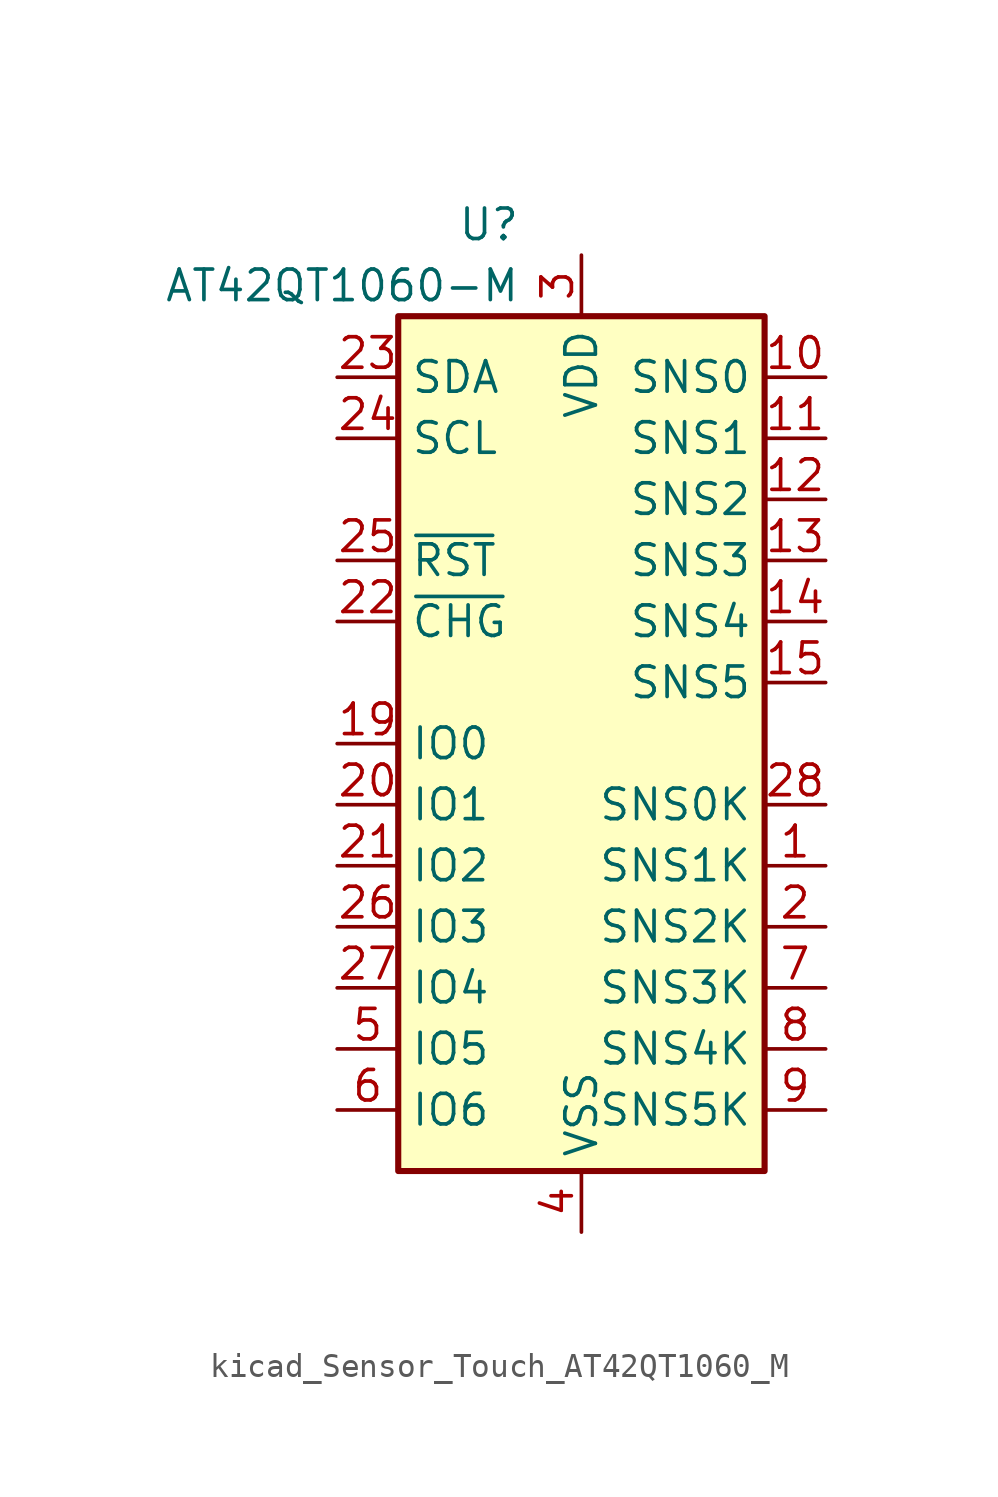
<source format=kicad_sym>
(kicad_symbol_lib
  (version 20220914)
  (generator kicad_symbol_editor)
  (symbol "kicad_Sensor_Touch_AT42QT1060_M"
    (property "Reference" "U"
      (at -2.54 21.59 0)
      (effects (font (size 1.27 1.27)) (justify right)))
    (property "Value" "AT42QT1060-M"
      (at -2.54 19.05 0)
      (effects (font (size 1.27 1.27)) (justify right)))
    (symbol "kicad_Sensor_Touch_AT42QT1060_M_0_1"
      (rectangle (start 7.62 17.78) (end -7.62 -17.78) (stroke (width 0.254) (type default)) (fill (type background))))
    (symbol "kicad_Sensor_Touch_AT42QT1060_M_1_1"
      (pin passive line (at 10.16 -5.08 180) (length 2.54) (name "SNS1K" (effects (font (size 1.27 1.27)))) (number "1" (effects (font (size 1.27 1.27)))))
      (pin passive line (at 10.16 15.24 180) (length 2.54) (name "SNS0" (effects (font (size 1.27 1.27)))) (number "10" (effects (font (size 1.27 1.27)))))
      (pin passive line (at 10.16 12.7 180) (length 2.54) (name "SNS1" (effects (font (size 1.27 1.27)))) (number "11" (effects (font (size 1.27 1.27)))))
      (pin passive line (at 10.16 10.16 180) (length 2.54) (name "SNS2" (effects (font (size 1.27 1.27)))) (number "12" (effects (font (size 1.27 1.27)))))
      (pin passive line (at 10.16 7.62 180) (length 2.54) (name "SNS3" (effects (font (size 1.27 1.27)))) (number "13" (effects (font (size 1.27 1.27)))))
      (pin passive line (at 10.16 5.08 180) (length 2.54) (name "SNS4" (effects (font (size 1.27 1.27)))) (number "14" (effects (font (size 1.27 1.27)))))
      (pin passive line (at 10.16 2.54 180) (length 2.54) (name "SNS5" (effects (font (size 1.27 1.27)))) (number "15" (effects (font (size 1.27 1.27)))))
      (pin passive line (at 0 20.32 270) (length 2.54) hide (name "VDD" (effects (font (size 1.27 1.27)))) (number "16" (effects (font (size 1.27 1.27)))))
      (pin passive line (at 0 20.32 270) (length 2.54) hide (name "VDD" (effects (font (size 1.27 1.27)))) (number "17" (effects (font (size 1.27 1.27)))))
      (pin passive line (at 0 -20.32 90) (length 2.54) hide (name "VSS" (effects (font (size 1.27 1.27)))) (number "18" (effects (font (size 1.27 1.27)))))
      (pin bidirectional line (at -10.16 0 0) (length 2.54) (name "IO0" (effects (font (size 1.27 1.27)))) (number "19" (effects (font (size 1.27 1.27)))))
      (pin passive line (at 10.16 -7.62 180) (length 2.54) (name "SNS2K" (effects (font (size 1.27 1.27)))) (number "2" (effects (font (size 1.27 1.27)))))
      (pin bidirectional line (at -10.16 -2.54 0) (length 2.54) (name "IO1" (effects (font (size 1.27 1.27)))) (number "20" (effects (font (size 1.27 1.27)))))
      (pin bidirectional line (at -10.16 -5.08 0) (length 2.54) (name "IO2" (effects (font (size 1.27 1.27)))) (number "21" (effects (font (size 1.27 1.27)))))
      (pin open_collector line (at -10.16 5.08 0) (length 2.54) (name "~{CHG}" (effects (font (size 1.27 1.27)))) (number "22" (effects (font (size 1.27 1.27)))))
      (pin bidirectional line (at -10.16 15.24 0) (length 2.54) (name "SDA" (effects (font (size 1.27 1.27)))) (number "23" (effects (font (size 1.27 1.27)))))
      (pin input line (at -10.16 12.7 0) (length 2.54) (name "SCL" (effects (font (size 1.27 1.27)))) (number "24" (effects (font (size 1.27 1.27)))))
      (pin input line (at -10.16 7.62 0) (length 2.54) (name "~{RST}" (effects (font (size 1.27 1.27)))) (number "25" (effects (font (size 1.27 1.27)))))
      (pin bidirectional line (at -10.16 -7.62 0) (length 2.54) (name "IO3" (effects (font (size 1.27 1.27)))) (number "26" (effects (font (size 1.27 1.27)))))
      (pin bidirectional line (at -10.16 -10.16 0) (length 2.54) (name "IO4" (effects (font (size 1.27 1.27)))) (number "27" (effects (font (size 1.27 1.27)))))
      (pin passive line (at 10.16 -2.54 180) (length 2.54) (name "SNS0K" (effects (font (size 1.27 1.27)))) (number "28" (effects (font (size 1.27 1.27)))))
      (pin passive line (at 0 -20.32 90) (length 2.54) hide (name "VSS" (effects (font (size 1.27 1.27)))) (number "29" (effects (font (size 1.27 1.27)))))
      (pin power_in line (at 0 20.32 270) (length 2.54) (name "VDD" (effects (font (size 1.27 1.27)))) (number "3" (effects (font (size 1.27 1.27)))))
      (pin power_in line (at 0 -20.32 90) (length 2.54) (name "VSS" (effects (font (size 1.27 1.27)))) (number "4" (effects (font (size 1.27 1.27)))))
      (pin bidirectional line (at -10.16 -12.7 0) (length 2.54) (name "IO5" (effects (font (size 1.27 1.27)))) (number "5" (effects (font (size 1.27 1.27)))))
      (pin bidirectional line (at -10.16 -15.24 0) (length 2.54) (name "IO6" (effects (font (size 1.27 1.27)))) (number "6" (effects (font (size 1.27 1.27)))))
      (pin passive line (at 10.16 -10.16 180) (length 2.54) (name "SNS3K" (effects (font (size 1.27 1.27)))) (number "7" (effects (font (size 1.27 1.27)))))
      (pin passive line (at 10.16 -12.7 180) (length 2.54) (name "SNS4K" (effects (font (size 1.27 1.27)))) (number "8" (effects (font (size 1.27 1.27)))))
      (pin passive line (at 10.16 -15.24 180) (length 2.54) (name "SNS5K" (effects (font (size 1.27 1.27)))) (number "9" (effects (font (size 1.27 1.27))))))))
</source>
